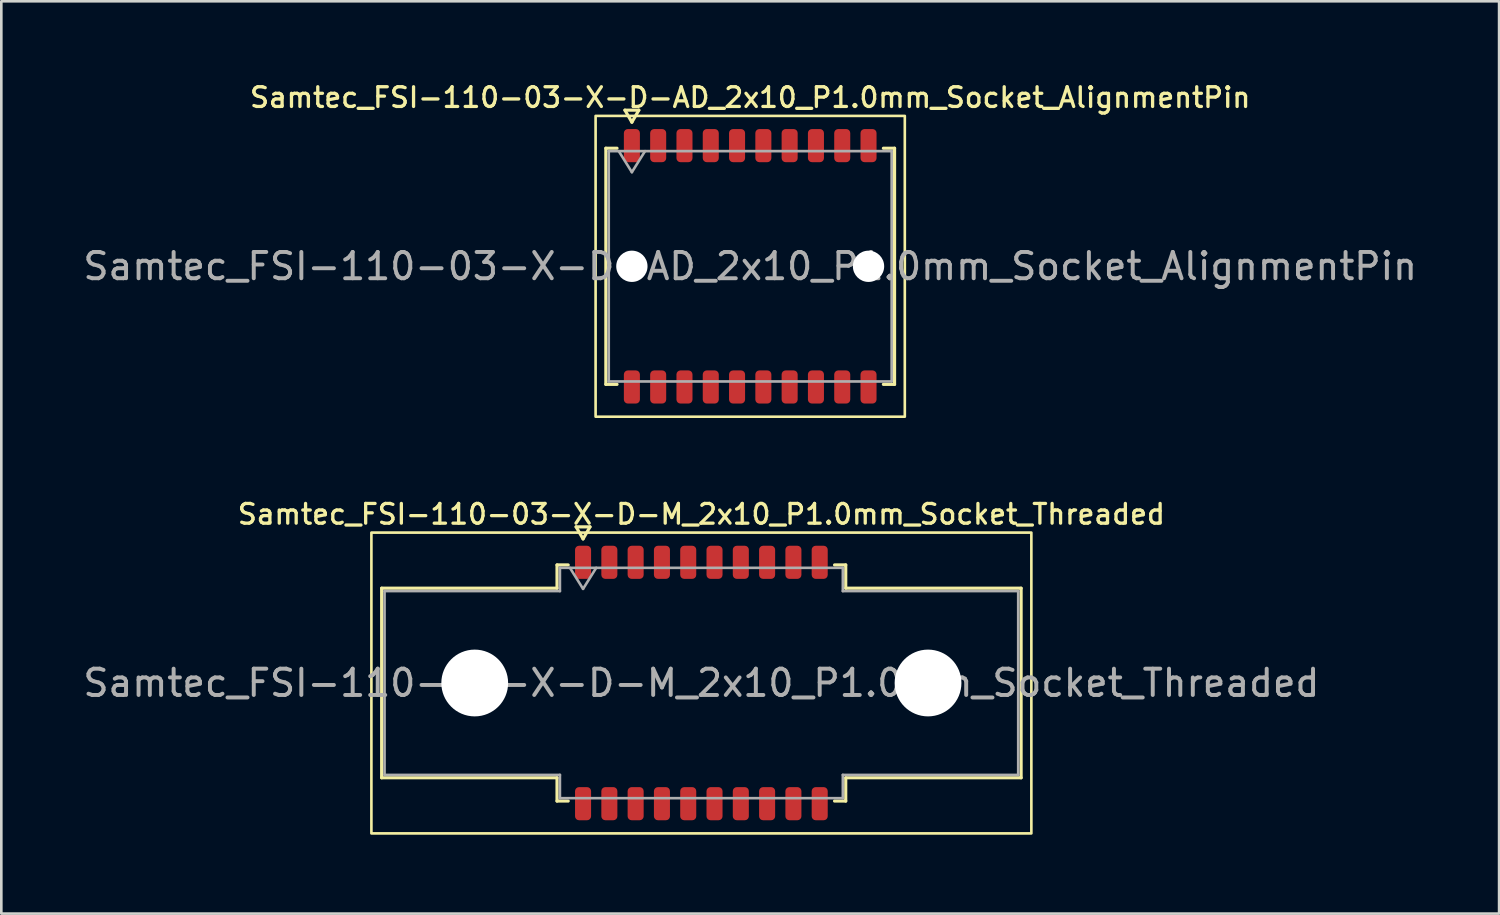
<source format=kicad_pcb>
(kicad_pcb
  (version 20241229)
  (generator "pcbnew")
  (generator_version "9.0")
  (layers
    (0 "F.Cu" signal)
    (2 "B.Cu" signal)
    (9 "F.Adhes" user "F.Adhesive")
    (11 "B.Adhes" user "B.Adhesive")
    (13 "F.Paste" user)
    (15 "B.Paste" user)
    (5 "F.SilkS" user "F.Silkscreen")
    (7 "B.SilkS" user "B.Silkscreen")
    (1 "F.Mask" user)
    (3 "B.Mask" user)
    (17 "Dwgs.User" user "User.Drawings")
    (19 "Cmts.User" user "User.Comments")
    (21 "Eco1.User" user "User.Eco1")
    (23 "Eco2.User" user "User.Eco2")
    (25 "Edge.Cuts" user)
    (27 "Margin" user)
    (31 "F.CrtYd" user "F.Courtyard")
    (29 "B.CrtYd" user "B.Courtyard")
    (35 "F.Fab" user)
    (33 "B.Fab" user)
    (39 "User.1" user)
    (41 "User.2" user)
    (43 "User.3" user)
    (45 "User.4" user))
  (footprint "Samtec_FSI-110-03-X-D-AD_2x10_P1.0mm_Socket_AlignmentPin"
    (layer "F.Cu")
    (at 25.482 7.078)
    (property "Reference" "Samtec_FSI-110-03-X-D-AD_2x10_P1.0mm_Socket_AlignmentPin" (at 0 -6.42 0) (layer "F.SilkS") (effects (font (size 0.75 0.75) (thickness 0.125))))
    (attr smd)
    (fp_line (start -5.49 -4.49) (end -5.065 -4.49) (stroke (width 0.12) (type solid)) (layer "F.SilkS"))
    (fp_line (start -5.49 4.49) (end -5.49 -4.49) (stroke (width 0.12) (type solid)) (layer "F.SilkS"))
    (fp_line (start -5.065 4.49) (end -5.49 4.49) (stroke (width 0.12) (type solid)) (layer "F.SilkS"))
    (fp_line (start -4.764 -5.938) (end -4.5 -5.48) (stroke (width 0.12) (type solid)) (layer "F.SilkS"))
    (fp_line (start -4.5 -5.48) (end -4.236 -5.938) (stroke (width 0.12) (type solid)) (layer "F.SilkS"))
    (fp_line (start -4.236 -5.938) (end -4.764 -5.938) (stroke (width 0.12) (type solid)) (layer "F.SilkS"))
    (fp_line (start 5.065 -4.49) (end 5.49 -4.49) (stroke (width 0.12) (type solid)) (layer "F.SilkS"))
    (fp_line (start 5.49 -4.49) (end 5.49 4.49) (stroke (width 0.12) (type solid)) (layer "F.SilkS"))
    (fp_line (start 5.49 4.49) (end 5.065 4.49) (stroke (width 0.12) (type solid)) (layer "F.SilkS"))
    (fp_rect (start -5.88 -5.72) (end 5.88 5.72) (stroke (width 0.1) (type solid)) (fill no) (layer "F.SilkS"))
    (fp_line (start -5.38 -4.38) (end 5.38 -4.38) (stroke (width 0.1) (type solid)) (layer "F.Fab"))
    (fp_line (start -5.38 4.38) (end -5.38 -4.38) (stroke (width 0.1) (type solid)) (layer "F.Fab"))
    (fp_line (start -5 -4.38) (end -4.5 -3.58) (stroke (width 0.1) (type solid)) (layer "F.Fab"))
    (fp_line (start -4.5 -3.58) (end -4 -4.38) (stroke (width 0.1) (type solid)) (layer "F.Fab"))
    (fp_line (start 5.38 -4.38) (end 5.38 4.38) (stroke (width 0.1) (type solid)) (layer "F.Fab"))
    (fp_line (start 5.38 4.38) (end -5.38 4.38) (stroke (width 0.1) (type solid)) (layer "F.Fab"))
    (fp_text user "${REFERENCE}" (at 0 0 0) (layer "F.Fab") (effects (font (size 1 1) (thickness 0.15))))
    (pad "" np_thru_hole circle (at -4.5 0) (size 1.19 1.19) (drill 1.19) (layers "*.Cu" "*.Mask"))
    (pad "" np_thru_hole circle (at 4.5 0) (size 1.19 1.19) (drill 1.19) (layers "*.Cu" "*.Mask"))
    (pad "1" smd roundrect (at -4.5 -4.59) (size 0.61 1.26) (layers "F.Cu" "F.Mask" "F.Paste") (roundrect_rratio 0.25))
    (pad "2" smd roundrect (at -4.5 4.59) (size 0.61 1.26) (layers "F.Cu" "F.Mask" "F.Paste") (roundrect_rratio 0.25))
    (pad "3" smd roundrect (at -3.5 -4.59) (size 0.61 1.26) (layers "F.Cu" "F.Mask" "F.Paste") (roundrect_rratio 0.25))
    (pad "4" smd roundrect (at -3.5 4.59) (size 0.61 1.26) (layers "F.Cu" "F.Mask" "F.Paste") (roundrect_rratio 0.25))
    (pad "5" smd roundrect (at -2.5 -4.59) (size 0.61 1.26) (layers "F.Cu" "F.Mask" "F.Paste") (roundrect_rratio 0.25))
    (pad "6" smd roundrect (at -2.5 4.59) (size 0.61 1.26) (layers "F.Cu" "F.Mask" "F.Paste") (roundrect_rratio 0.25))
    (pad "7" smd roundrect (at -1.5 -4.59) (size 0.61 1.26) (layers "F.Cu" "F.Mask" "F.Paste") (roundrect_rratio 0.25))
    (pad "8" smd roundrect (at -1.5 4.59) (size 0.61 1.26) (layers "F.Cu" "F.Mask" "F.Paste") (roundrect_rratio 0.25))
    (pad "9" smd roundrect (at -0.5 -4.59) (size 0.61 1.26) (layers "F.Cu" "F.Mask" "F.Paste") (roundrect_rratio 0.25))
    (pad "10" smd roundrect (at -0.5 4.59) (size 0.61 1.26) (layers "F.Cu" "F.Mask" "F.Paste") (roundrect_rratio 0.25))
    (pad "11" smd roundrect (at 0.5 -4.59) (size 0.61 1.26) (layers "F.Cu" "F.Mask" "F.Paste") (roundrect_rratio 0.25))
    (pad "12" smd roundrect (at 0.5 4.59) (size 0.61 1.26) (layers "F.Cu" "F.Mask" "F.Paste") (roundrect_rratio 0.25))
    (pad "13" smd roundrect (at 1.5 -4.59) (size 0.61 1.26) (layers "F.Cu" "F.Mask" "F.Paste") (roundrect_rratio 0.25))
    (pad "14" smd roundrect (at 1.5 4.59) (size 0.61 1.26) (layers "F.Cu" "F.Mask" "F.Paste") (roundrect_rratio 0.25))
    (pad "15" smd roundrect (at 2.5 -4.59) (size 0.61 1.26) (layers "F.Cu" "F.Mask" "F.Paste") (roundrect_rratio 0.25))
    (pad "16" smd roundrect (at 2.5 4.59) (size 0.61 1.26) (layers "F.Cu" "F.Mask" "F.Paste") (roundrect_rratio 0.25))
    (pad "17" smd roundrect (at 3.5 -4.59) (size 0.61 1.26) (layers "F.Cu" "F.Mask" "F.Paste") (roundrect_rratio 0.25))
    (pad "18" smd roundrect (at 3.5 4.59) (size 0.61 1.26) (layers "F.Cu" "F.Mask" "F.Paste") (roundrect_rratio 0.25))
    (pad "19" smd roundrect (at 4.5 -4.59) (size 0.61 1.26) (layers "F.Cu" "F.Mask" "F.Paste") (roundrect_rratio 0.25))
    (pad "20" smd roundrect (at 4.5 4.59) (size 0.61 1.26) (layers "F.Cu" "F.Mask" "F.Paste") (roundrect_rratio 0.25)))
  (footprint "Samtec_FSI-110-03-X-D-M_2x10_P1.0mm_Socket_Threaded"
    (layer "F.Cu")
    (at 23.625 22.926)
    (property "Reference" "Samtec_FSI-110-03-X-D-M_2x10_P1.0mm_Socket_Threaded" (at 0 -6.42 0) (layer "F.SilkS") (effects (font (size 0.75 0.75) (thickness 0.125))))
    (attr smd)
    (fp_line (start -12.16 -3.605) (end -5.49 -3.605) (stroke (width 0.12) (type solid)) (layer "F.SilkS"))
    (fp_line (start -12.16 3.605) (end -12.16 -3.605) (stroke (width 0.12) (type solid)) (layer "F.SilkS"))
    (fp_line (start -5.49 -4.49) (end -5.065 -4.49) (stroke (width 0.12) (type solid)) (layer "F.SilkS"))
    (fp_line (start -5.49 -3.605) (end -5.49 -4.49) (stroke (width 0.12) (type solid)) (layer "F.SilkS"))
    (fp_line (start -5.49 3.605) (end -12.16 3.605) (stroke (width 0.12) (type solid)) (layer "F.SilkS"))
    (fp_line (start -5.49 4.49) (end -5.49 3.605) (stroke (width 0.12) (type solid)) (layer "F.SilkS"))
    (fp_line (start -5.065 4.49) (end -5.49 4.49) (stroke (width 0.12) (type solid)) (layer "F.SilkS"))
    (fp_line (start -4.764 -5.938) (end -4.5 -5.48) (stroke (width 0.12) (type solid)) (layer "F.SilkS"))
    (fp_line (start -4.5 -5.48) (end -4.236 -5.938) (stroke (width 0.12) (type solid)) (layer "F.SilkS"))
    (fp_line (start -4.236 -5.938) (end -4.764 -5.938) (stroke (width 0.12) (type solid)) (layer "F.SilkS"))
    (fp_line (start 5.065 -4.49) (end 5.49 -4.49) (stroke (width 0.12) (type solid)) (layer "F.SilkS"))
    (fp_line (start 5.49 -4.49) (end 5.49 -3.605) (stroke (width 0.12) (type solid)) (layer "F.SilkS"))
    (fp_line (start 5.49 -3.605) (end 12.16 -3.605) (stroke (width 0.12) (type solid)) (layer "F.SilkS"))
    (fp_line (start 5.49 3.605) (end 5.49 4.49) (stroke (width 0.12) (type solid)) (layer "F.SilkS"))
    (fp_line (start 5.49 4.49) (end 5.065 4.49) (stroke (width 0.12) (type solid)) (layer "F.SilkS"))
    (fp_line (start 12.16 -3.605) (end 12.16 3.605) (stroke (width 0.12) (type solid)) (layer "F.SilkS"))
    (fp_line (start 12.16 3.605) (end 5.49 3.605) (stroke (width 0.12) (type solid)) (layer "F.SilkS"))
    (fp_rect (start -12.55 -5.72) (end 12.55 5.72) (stroke (width 0.1) (type solid)) (fill no) (layer "F.SilkS"))
    (fp_line (start -12.05 -3.495) (end -5.38 -3.495) (stroke (width 0.1) (type solid)) (layer "F.Fab"))
    (fp_line (start -12.05 3.495) (end -12.05 -3.495) (stroke (width 0.1) (type solid)) (layer "F.Fab"))
    (fp_line (start -5.38 -4.38) (end 5.38 -4.38) (stroke (width 0.1) (type solid)) (layer "F.Fab"))
    (fp_line (start -5.38 -3.495) (end -5.38 -4.38) (stroke (width 0.1) (type solid)) (layer "F.Fab"))
    (fp_line (start -5.38 3.495) (end -12.05 3.495) (stroke (width 0.1) (type solid)) (layer "F.Fab"))
    (fp_line (start -5.38 4.38) (end -5.38 3.495) (stroke (width 0.1) (type solid)) (layer "F.Fab"))
    (fp_line (start -5 -4.38) (end -4.5 -3.58) (stroke (width 0.1) (type solid)) (layer "F.Fab"))
    (fp_line (start -4.5 -3.58) (end -4 -4.38) (stroke (width 0.1) (type solid)) (layer "F.Fab"))
    (fp_line (start 5.38 -4.38) (end 5.38 -3.495) (stroke (width 0.1) (type solid)) (layer "F.Fab"))
    (fp_line (start 5.38 -3.495) (end 12.05 -3.495) (stroke (width 0.1) (type solid)) (layer "F.Fab"))
    (fp_line (start 5.38 3.495) (end 5.38 4.38) (stroke (width 0.1) (type solid)) (layer "F.Fab"))
    (fp_line (start 5.38 4.38) (end -5.38 4.38) (stroke (width 0.1) (type solid)) (layer "F.Fab"))
    (fp_line (start 12.05 -3.495) (end 12.05 3.495) (stroke (width 0.1) (type solid)) (layer "F.Fab"))
    (fp_line (start 12.05 3.495) (end 5.38 3.495) (stroke (width 0.1) (type solid)) (layer "F.Fab"))
    (fp_text user "${REFERENCE}" (at 0 0 0) (layer "F.Fab") (effects (font (size 1 1) (thickness 0.15))))
    (pad "" np_thru_hole circle (at -8.62 0) (size 2.54 2.54) (drill 2.54) (layers "*.Cu" "*.Mask"))
    (pad "" np_thru_hole circle (at 8.62 0) (size 2.54 2.54) (drill 2.54) (layers "*.Cu" "*.Mask"))
    (pad "1" smd roundrect (at -4.5 -4.59) (size 0.61 1.26) (layers "F.Cu" "F.Mask" "F.Paste") (roundrect_rratio 0.25))
    (pad "2" smd roundrect (at -4.5 4.59) (size 0.61 1.26) (layers "F.Cu" "F.Mask" "F.Paste") (roundrect_rratio 0.25))
    (pad "3" smd roundrect (at -3.5 -4.59) (size 0.61 1.26) (layers "F.Cu" "F.Mask" "F.Paste") (roundrect_rratio 0.25))
    (pad "4" smd roundrect (at -3.5 4.59) (size 0.61 1.26) (layers "F.Cu" "F.Mask" "F.Paste") (roundrect_rratio 0.25))
    (pad "5" smd roundrect (at -2.5 -4.59) (size 0.61 1.26) (layers "F.Cu" "F.Mask" "F.Paste") (roundrect_rratio 0.25))
    (pad "6" smd roundrect (at -2.5 4.59) (size 0.61 1.26) (layers "F.Cu" "F.Mask" "F.Paste") (roundrect_rratio 0.25))
    (pad "7" smd roundrect (at -1.5 -4.59) (size 0.61 1.26) (layers "F.Cu" "F.Mask" "F.Paste") (roundrect_rratio 0.25))
    (pad "8" smd roundrect (at -1.5 4.59) (size 0.61 1.26) (layers "F.Cu" "F.Mask" "F.Paste") (roundrect_rratio 0.25))
    (pad "9" smd roundrect (at -0.5 -4.59) (size 0.61 1.26) (layers "F.Cu" "F.Mask" "F.Paste") (roundrect_rratio 0.25))
    (pad "10" smd roundrect (at -0.5 4.59) (size 0.61 1.26) (layers "F.Cu" "F.Mask" "F.Paste") (roundrect_rratio 0.25))
    (pad "11" smd roundrect (at 0.5 -4.59) (size 0.61 1.26) (layers "F.Cu" "F.Mask" "F.Paste") (roundrect_rratio 0.25))
    (pad "12" smd roundrect (at 0.5 4.59) (size 0.61 1.26) (layers "F.Cu" "F.Mask" "F.Paste") (roundrect_rratio 0.25))
    (pad "13" smd roundrect (at 1.5 -4.59) (size 0.61 1.26) (layers "F.Cu" "F.Mask" "F.Paste") (roundrect_rratio 0.25))
    (pad "14" smd roundrect (at 1.5 4.59) (size 0.61 1.26) (layers "F.Cu" "F.Mask" "F.Paste") (roundrect_rratio 0.25))
    (pad "15" smd roundrect (at 2.5 -4.59) (size 0.61 1.26) (layers "F.Cu" "F.Mask" "F.Paste") (roundrect_rratio 0.25))
    (pad "16" smd roundrect (at 2.5 4.59) (size 0.61 1.26) (layers "F.Cu" "F.Mask" "F.Paste") (roundrect_rratio 0.25))
    (pad "17" smd roundrect (at 3.5 -4.59) (size 0.61 1.26) (layers "F.Cu" "F.Mask" "F.Paste") (roundrect_rratio 0.25))
    (pad "18" smd roundrect (at 3.5 4.59) (size 0.61 1.26) (layers "F.Cu" "F.Mask" "F.Paste") (roundrect_rratio 0.25))
    (pad "19" smd roundrect (at 4.5 -4.59) (size 0.61 1.26) (layers "F.Cu" "F.Mask" "F.Paste") (roundrect_rratio 0.25))
    (pad "20" smd roundrect (at 4.5 4.59) (size 0.61 1.26) (layers "F.Cu" "F.Mask" "F.Paste") (roundrect_rratio 0.25)))
  (gr_rect
    (start -3 -3)
    (end 53.964 31.696)
    (stroke (width 0.1) (type default))
    (fill no)
    (layer "Edge.Cuts")))
</source>
